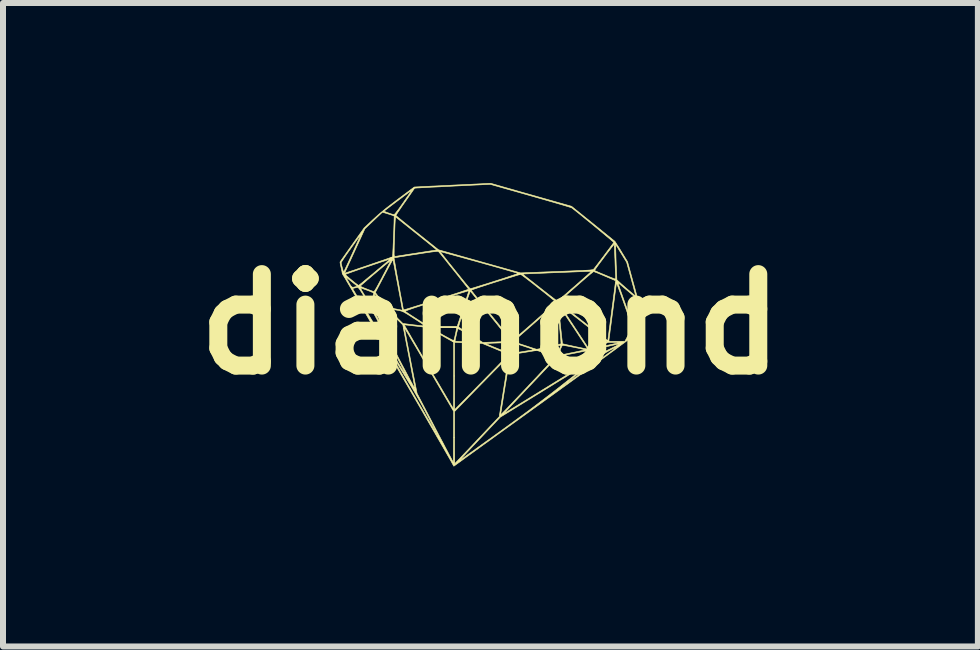
<source format=kicad_pcb>
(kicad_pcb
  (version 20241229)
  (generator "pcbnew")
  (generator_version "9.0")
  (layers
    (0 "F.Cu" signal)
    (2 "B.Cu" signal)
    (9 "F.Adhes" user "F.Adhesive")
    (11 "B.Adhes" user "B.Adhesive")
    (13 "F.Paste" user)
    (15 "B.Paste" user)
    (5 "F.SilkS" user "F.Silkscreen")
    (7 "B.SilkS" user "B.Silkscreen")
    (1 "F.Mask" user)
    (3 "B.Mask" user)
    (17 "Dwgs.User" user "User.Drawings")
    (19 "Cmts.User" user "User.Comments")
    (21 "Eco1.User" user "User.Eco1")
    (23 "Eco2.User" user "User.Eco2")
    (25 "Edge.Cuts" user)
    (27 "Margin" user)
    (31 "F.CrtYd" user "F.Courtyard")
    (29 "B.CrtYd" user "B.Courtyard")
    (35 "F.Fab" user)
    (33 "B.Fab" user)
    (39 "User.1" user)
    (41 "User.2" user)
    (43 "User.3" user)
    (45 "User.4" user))
  (footprint "diamond"
    (layer "F.Cu")
    (at 5.124 2.353)
    (property "Reference" "diamond" (at 0 0 0) (layer "F.SilkS") (effects (font (size 1.524 1.524) (thickness 0.3))))
    (attr through_hole)
    (fp_poly (pts (xy 0.237 -2.281) (xy 0.29 -2.266) (xy 0.355 -2.248) (xy 0.431 -2.226) (xy 0.514 -2.202) (xy 0.603 -2.177) (xy 0.695 -2.151) (xy 0.787 -2.125) (xy 0.877 -2.099) (xy 0.91 -2.09) (xy 1.351 -1.965) (xy 1.707 -1.678) (xy 1.771 -1.626) (xy 1.833 -1.576) (xy 1.889 -1.53) (xy 1.94 -1.489) (xy 1.985 -1.453) (xy 2.021 -1.423) (xy 2.049 -1.401) (xy 2.067 -1.386) (xy 2.073 -1.381) (xy 2.08 -1.372) (xy 2.093 -1.351) (xy 2.112 -1.321) (xy 2.136 -1.284) (xy 2.163 -1.241) (xy 2.184 -1.206) (xy 2.285 -1.04) (xy 2.381 -0.689) (xy 2.404 -0.607) (xy 2.422 -0.538) (xy 2.438 -0.48) (xy 2.45 -0.432) (xy 2.461 -0.39) (xy 2.469 -0.355) (xy 2.475 -0.323) (xy 2.481 -0.292) (xy 2.485 -0.262) (xy 2.49 -0.229) (xy 2.494 -0.192) (xy 2.497 -0.168) (xy 2.517 0.001) (xy 2.41 0.122) (xy 2.377 0.159) (xy 2.346 0.195) (xy 2.32 0.225) (xy 2.299 0.249) (xy 2.288 0.264) (xy 2.286 0.265) (xy 2.279 0.272) (xy 2.259 0.287) (xy 2.228 0.311) (xy 2.185 0.342) (xy 2.133 0.381) (xy 2.071 0.427) (xy 1.999 0.479) (xy 1.919 0.538) (xy 1.831 0.602) (xy 1.735 0.671) (xy 1.633 0.746) (xy 1.524 0.825) (xy 1.409 0.908) (xy 1.289 0.995) (xy 1.164 1.085) (xy 1.036 1.178) (xy 0.904 1.273) (xy 0.842 1.318) (xy 0.708 1.414) (xy 0.578 1.508) (xy 0.452 1.599) (xy 0.33 1.687) (xy 0.213 1.771) (xy 0.101 1.852) (xy -0.004 1.928) (xy -0.103 1.999) (xy -0.194 2.065) (xy -0.278 2.126) (xy -0.353 2.18) (xy -0.42 2.228) (xy -0.477 2.27) (xy -0.524 2.304) (xy -0.56 2.33) (xy -0.585 2.348) (xy -0.598 2.358) (xy -0.6 2.359) (xy -0.611 2.366) (xy -0.614 2.363) (xy -0.617 2.355) (xy -0.629 2.335) (xy -0.647 2.302) (xy -0.671 2.259) (xy -0.702 2.205) (xy -0.739 2.141) (xy -0.78 2.069) (xy -0.827 1.988) (xy -0.878 1.9) (xy -0.932 1.805) (xy -0.991 1.704) (xy -1.052 1.598) (xy -1.116 1.487) (xy -1.182 1.373) (xy -1.193 1.354) (xy -1.267 1.227) (xy -1.343 1.096) (xy -1.42 0.963) (xy -1.498 0.829) (xy -1.575 0.695) (xy -1.651 0.563) (xy -1.726 0.435) (xy -1.798 0.31) (xy -1.866 0.192) (xy -1.879 0.17) (xy -1.857 0.17) (xy -1.85 0.182) (xy -1.839 0.202) (xy -1.834 0.211) (xy -1.821 0.233) (xy -1.802 0.267) (xy -1.777 0.31) (xy -1.746 0.363) (xy -1.711 0.425) (xy -1.671 0.494) (xy -1.627 0.569) (xy -1.581 0.649) (xy -1.531 0.734) (xy -1.48 0.822) (xy -1.428 0.913) (xy -1.375 1.005) (xy -1.322 1.097) (xy -1.269 1.188) (xy -1.217 1.278) (xy -1.167 1.365) (xy -1.118 1.448) (xy -1.073 1.526) (xy -1.031 1.598) (xy -0.993 1.664) (xy -0.959 1.722) (xy -0.931 1.771) (xy -0.908 1.81) (xy -0.892 1.839) (xy -0.882 1.855) (xy -0.88 1.858) (xy -0.873 1.864) (xy -0.873 1.864) (xy -0.875 1.858) (xy -0.883 1.841) (xy -0.895 1.816) (xy -0.907 1.792) (xy -0.92 1.769) (xy -0.939 1.733) (xy -0.962 1.688) (xy -0.99 1.636) (xy -1.02 1.578) (xy -1.052 1.518) (xy -1.08 1.464) (xy -1.109 1.409) (xy -1.138 1.354) (xy -1.168 1.3) (xy -1.2 1.244) (xy -1.234 1.185) (xy -1.271 1.121) (xy -1.312 1.051) (xy -1.359 0.974) (xy -1.411 0.888) (xy -1.47 0.792) (xy -1.529 0.695) (xy -1.596 0.586) (xy -1.654 0.491) (xy -1.705 0.408) (xy -1.749 0.338) (xy -1.785 0.28) (xy -1.813 0.234) (xy -1.835 0.201) (xy -1.849 0.179) (xy -1.856 0.169) (xy -1.857 0.17) (xy -1.879 0.17) (xy -1.93 0.082) (xy -1.989 -0.02) (xy -2.042 -0.111) (xy -2.088 -0.191) (xy -2.099 -0.21) (xy -2.149 -0.296) (xy -2.198 -0.38) (xy -2.244 -0.459) (xy -2.286 -0.532) (xy -2.322 -0.594) (xy -2.298 -0.594) (xy -2.294 -0.587) (xy -2.283 -0.568) (xy -2.265 -0.538) (xy -2.241 -0.498) (xy -2.211 -0.448) (xy -2.175 -0.391) (xy -2.136 -0.326) (xy -2.093 -0.255) (xy -2.046 -0.18) (xy -1.997 -0.1) (xy -1.946 -0.017) (xy -1.894 0.068) (xy -1.841 0.154) (xy -1.788 0.24) (xy -1.736 0.325) (xy -1.685 0.408) (xy -1.635 0.488) (xy -1.588 0.563) (xy -1.545 0.634) (xy -1.505 0.699) (xy -1.469 0.756) (xy -1.438 0.805) (xy -1.413 0.846) (xy -1.394 0.876) (xy -1.382 0.894) (xy -1.377 0.901) (xy -1.377 0.901) (xy -1.379 0.895) (xy -1.387 0.878) (xy -1.399 0.854) (xy -1.404 0.845) (xy -1.413 0.829) (xy -1.428 0.8) (xy -1.449 0.761) (xy -1.475 0.711) (xy -1.506 0.652) (xy -1.541 0.585) (xy -1.579 0.512) (xy -1.621 0.433) (xy -1.664 0.35) (xy -1.709 0.264) (xy -1.713 0.256) (xy -1.78 0.129) (xy -1.843 0.011) (xy -1.902 -0.099) (xy -1.957 -0.2) (xy -2.004 -0.284) (xy -1.971 -0.284) (xy -1.968 -0.277) (xy -1.958 -0.257) (xy -1.942 -0.225) (xy -1.92 -0.182) (xy -1.893 -0.129) (xy -1.861 -0.067) (xy -1.825 0.003) (xy -1.785 0.08) (xy -1.741 0.164) (xy -1.695 0.253) (xy -1.646 0.346) (xy -1.618 0.399) (xy -1.568 0.494) (xy -1.52 0.586) (xy -1.475 0.672) (xy -1.432 0.752) (xy -1.393 0.826) (xy -1.358 0.892) (xy -1.328 0.949) (xy -1.302 0.997) (xy -1.282 1.034) (xy -1.268 1.06) (xy -1.261 1.074) (xy -1.259 1.076) (xy -1.26 1.068) (xy -1.264 1.046) (xy -1.27 1.011) (xy -1.279 0.965) (xy -1.289 0.908) (xy -1.302 0.843) (xy -1.316 0.769) (xy -1.331 0.689) (xy -1.347 0.603) (xy -1.359 0.542) (xy -1.45 0.071) (xy -1.432 0.071) (xy -1.431 0.079) (xy -1.427 0.101) (xy -1.421 0.135) (xy -1.412 0.182) (xy -1.401 0.238) (xy -1.389 0.304) (xy -1.374 0.378) (xy -1.359 0.458) (xy -1.342 0.544) (xy -1.329 0.614) (xy -1.223 1.153) (xy -0.948 1.678) (xy -0.904 1.763) (xy -0.861 1.845) (xy -0.82 1.923) (xy -0.781 1.996) (xy -0.747 2.062) (xy -0.716 2.12) (xy -0.69 2.17) (xy -0.669 2.209) (xy -0.654 2.237) (xy -0.646 2.252) (xy -0.646 2.253) (xy -0.618 2.303) (xy -0.616 1.878) (xy -0.614 1.455) (xy -0.598 1.455) (xy -0.598 1.889) (xy -0.598 1.969) (xy -0.598 2.045) (xy -0.598 2.114) (xy -0.597 2.176) (xy -0.597 2.229) (xy -0.596 2.271) (xy -0.596 2.302) (xy -0.595 2.319) (xy -0.595 2.323) (xy -0.589 2.317) (xy -0.574 2.301) (xy -0.55 2.276) (xy -0.534 2.26) (xy -0.502 2.26) (xy -0.502 2.262) (xy -0.499 2.26) (xy -0.495 2.258) (xy -0.486 2.252) (xy -0.465 2.237) (xy -0.433 2.214) (xy -0.392 2.184) (xy -0.341 2.148) (xy -0.282 2.106) (xy -0.216 2.058) (xy -0.144 2.006) (xy -0.066 1.95) (xy 0.017 1.891) (xy 0.103 1.829) (xy 0.142 1.801) (xy 0.262 1.714) (xy 0.372 1.634) (xy 0.472 1.561) (xy 0.565 1.493) (xy 0.652 1.429) (xy 0.735 1.367) (xy 0.815 1.306) (xy 0.895 1.245) (xy 0.976 1.183) (xy 1.06 1.118) (xy 1.149 1.049) (xy 1.169 1.033) (xy 1.202 1.033) (xy 1.203 1.033) (xy 1.205 1.032) (xy 1.211 1.028) (xy 1.222 1.021) (xy 1.237 1.01) (xy 1.257 0.995) (xy 1.285 0.976) (xy 1.319 0.951) (xy 1.362 0.92) (xy 1.414 0.883) (xy 1.476 0.838) (xy 1.548 0.786) (xy 1.632 0.726) (xy 1.668 0.7) (xy 1.742 0.647) (xy 1.812 0.596) (xy 1.877 0.549) (xy 1.936 0.506) (xy 1.988 0.468) (xy 2.033 0.436) (xy 2.068 0.41) (xy 2.094 0.39) (xy 2.109 0.379) (xy 2.113 0.376) (xy 2.106 0.378) (xy 2.088 0.386) (xy 2.061 0.399) (xy 2.027 0.416) (xy 2.006 0.426) (xy 1.982 0.438) (xy 1.961 0.45) (xy 1.94 0.462) (xy 1.918 0.475) (xy 1.895 0.491) (xy 1.868 0.509) (xy 1.837 0.532) (xy 1.801 0.559) (xy 1.757 0.593) (xy 1.706 0.633) (xy 1.645 0.681) (xy 1.573 0.737) (xy 1.557 0.749) (xy 1.494 0.8) (xy 1.434 0.847) (xy 1.378 0.891) (xy 1.329 0.93) (xy 1.286 0.964) (xy 1.252 0.992) (xy 1.227 1.012) (xy 1.212 1.024) (xy 1.208 1.028) (xy 1.206 1.03) (xy 1.204 1.032) (xy 1.202 1.033) (xy 1.169 1.033) (xy 1.231 0.984) (xy 1.306 0.925) (xy 1.378 0.869) (xy 1.446 0.815) (xy 1.508 0.766) (xy 1.564 0.722) (xy 1.613 0.683) (xy 1.653 0.651) (xy 1.685 0.626) (xy 1.706 0.609) (xy 1.716 0.6) (xy 1.717 0.6) (xy 1.719 0.597) (xy 1.722 0.595) (xy 1.724 0.593) (xy 1.726 0.591) (xy 1.725 0.591) (xy 1.723 0.592) (xy 1.717 0.595) (xy 1.708 0.601) (xy 1.694 0.609) (xy 1.675 0.62) (xy 1.65 0.635) (xy 1.619 0.655) (xy 1.58 0.678) (xy 1.534 0.706) (xy 1.48 0.74) (xy 1.416 0.779) (xy 1.343 0.824) (xy 1.259 0.876) (xy 1.163 0.934) (xy 1.056 1) (xy 0.937 1.074) (xy 0.927 1.08) (xy 0.164 1.549) (xy -0.126 1.856) (xy -0.201 1.935) (xy -0.265 2.003) (xy -0.321 2.062) (xy -0.367 2.111) (xy -0.405 2.152) (xy -0.436 2.185) (xy -0.461 2.211) (xy -0.478 2.231) (xy -0.491 2.246) (xy -0.499 2.255) (xy -0.502 2.26) (xy -0.534 2.26) (xy -0.517 2.243) (xy -0.479 2.202) (xy -0.434 2.154) (xy -0.384 2.102) (xy -0.329 2.044) (xy -0.275 1.987) (xy -0.216 1.924) (xy -0.159 1.864) (xy -0.104 1.806) (xy -0.054 1.753) (xy -0.009 1.705) (xy 0.029 1.665) (xy 0.061 1.632) (xy 0.083 1.608) (xy 0.094 1.596) (xy 0.146 1.542) (xy 0.152 1.503) (xy 0.171 1.503) (xy 0.171 1.505) (xy 0.173 1.504) (xy 0.177 1.502) (xy 0.184 1.496) (xy 0.194 1.486) (xy 0.196 1.485) (xy 0.229 1.485) (xy 0.23 1.485) (xy 0.233 1.484) (xy 0.238 1.481) (xy 0.247 1.476) (xy 0.26 1.468) (xy 0.277 1.457) (xy 0.3 1.443) (xy 0.33 1.425) (xy 0.366 1.403) (xy 0.409 1.377) (xy 0.461 1.345) (xy 0.521 1.308) (xy 0.591 1.265) (xy 0.671 1.216) (xy 0.762 1.16) (xy 0.865 1.096) (xy 0.979 1.026) (xy 1.037 0.99) (xy 1.159 0.915) (xy 1.268 0.848) (xy 1.366 0.788) (xy 1.452 0.735) (xy 1.528 0.688) (xy 1.593 0.648) (xy 1.65 0.613) (xy 1.698 0.583) (xy 1.739 0.558) (xy 1.772 0.537) (xy 1.799 0.521) (xy 1.82 0.507) (xy 1.836 0.497) (xy 1.848 0.49) (xy 1.856 0.485) (xy 1.86 0.481) (xy 1.863 0.479) (xy 1.863 0.478) (xy 1.863 0.478) (xy 1.863 0.477) (xy 1.862 0.477) (xy 1.854 0.475) (xy 1.834 0.471) (xy 1.804 0.465) (xy 1.766 0.458) (xy 1.752 0.455) (xy 1.644 0.435) (xy 1.117 0.54) (xy 0.675 1.008) (xy 0.607 1.079) (xy 0.543 1.148) (xy 0.482 1.212) (xy 0.426 1.272) (xy 0.376 1.325) (xy 0.332 1.372) (xy 0.295 1.412) (xy 0.266 1.443) (xy 0.246 1.466) (xy 0.235 1.478) (xy 0.233 1.48) (xy 0.232 1.481) (xy 0.231 1.483) (xy 0.23 1.484) (xy 0.229 1.485) (xy 0.196 1.485) (xy 0.208 1.472) (xy 0.227 1.453) (xy 0.251 1.428) (xy 0.281 1.397) (xy 0.318 1.358) (xy 0.362 1.312) (xy 0.414 1.257) (xy 0.475 1.193) (xy 0.545 1.119) (xy 0.625 1.035) (xy 0.64 1.018) (xy 0.708 0.946) (xy 0.773 0.878) (xy 0.833 0.813) (xy 0.889 0.753) (xy 0.94 0.699) (xy 0.984 0.651) (xy 1.021 0.611) (xy 1.05 0.579) (xy 1.071 0.556) (xy 1.082 0.543) (xy 1.084 0.541) (xy 1.076 0.536) (xy 1.057 0.528) (xy 1.026 0.517) (xy 0.988 0.504) (xy 0.943 0.49) (xy 0.928 0.485) (xy 0.772 0.437) (xy 0.555 0.472) (xy 0.499 0.481) (xy 0.448 0.489) (xy 0.403 0.497) (xy 0.368 0.504) (xy 0.344 0.508) (xy 0.333 0.511) (xy 0.332 0.511) (xy 0.331 0.519) (xy 0.327 0.541) (xy 0.321 0.575) (xy 0.313 0.62) (xy 0.304 0.674) (xy 0.294 0.735) (xy 0.283 0.802) (xy 0.271 0.874) (xy 0.259 0.948) (xy 0.246 1.024) (xy 0.234 1.099) (xy 0.222 1.172) (xy 0.211 1.242) (xy 0.201 1.307) (xy 0.191 1.365) (xy 0.184 1.415) (xy 0.177 1.456) (xy 0.173 1.485) (xy 0.171 1.501) (xy 0.171 1.503) (xy 0.152 1.503) (xy 0.225 1.046) (xy 0.239 0.96) (xy 0.252 0.879) (xy 0.263 0.803) (xy 0.274 0.735) (xy 0.283 0.675) (xy 0.291 0.624) (xy 0.296 0.585) (xy 0.3 0.558) (xy 0.301 0.544) (xy 0.301 0.543) (xy 0.296 0.547) (xy 0.28 0.562) (xy 0.255 0.586) (xy 0.222 0.619) (xy 0.181 0.66) (xy 0.133 0.708) (xy 0.079 0.762) (xy 0.02 0.822) (xy -0.043 0.886) (xy -0.11 0.955) (xy -0.15 0.995) (xy -0.598 1.455) (xy -0.614 1.455) (xy -0.614 1.453) (xy -1.019 0.763) (xy -1.085 0.651) (xy -1.143 0.552) (xy -1.194 0.464) (xy -1.239 0.388) (xy -1.278 0.322) (xy -1.311 0.266) (xy -1.339 0.218) (xy -1.362 0.179) (xy -1.381 0.147) (xy -1.396 0.122) (xy -1.408 0.103) (xy -1.417 0.088) (xy -1.423 0.079) (xy -1.427 0.073) (xy -1.429 0.069) (xy -1.431 0.068) (xy -1.431 0.069) (xy -1.431 0.07) (xy -1.432 0.071) (xy -1.45 0.071) (xy -1.461 0.012) (xy -1.436 0.012) (xy -1.433 0.019) (xy -1.422 0.038) (xy -1.404 0.069) (xy -1.38 0.111) (xy -1.35 0.162) (xy -1.316 0.222) (xy -1.276 0.29) (xy -1.232 0.365) (xy -1.185 0.447) (xy -1.134 0.533) (xy -1.081 0.623) (xy -1.056 0.665) (xy -1.002 0.758) (xy -0.949 0.848) (xy -0.898 0.934) (xy -0.85 1.015) (xy -0.806 1.09) (xy -0.766 1.158) (xy -0.731 1.218) (xy -0.701 1.269) (xy -0.677 1.31) (xy -0.66 1.339) (xy -0.649 1.357) (xy -0.647 1.36) (xy -0.633 1.383) (xy -0.623 1.4) (xy -0.617 1.406) (xy -0.617 1.406) (xy -0.617 1.398) (xy -0.616 1.377) (xy -0.616 1.342) (xy -0.615 1.295) (xy -0.615 1.237) (xy -0.614 1.171) (xy -0.614 1.096) (xy -0.614 1.014) (xy -0.614 0.926) (xy -0.614 0.852) (xy -0.614 0.301) (xy -0.598 0.301) (xy -0.598 0.863) (xy -0.598 1.425) (xy -0.421 1.246) (xy -0.378 1.202) (xy -0.326 1.15) (xy -0.268 1.09) (xy -0.205 1.026) (xy -0.139 0.959) (xy -0.074 0.892) (xy -0.01 0.827) (xy 0.03 0.786) (xy 0.092 0.723) (xy 0.144 0.669) (xy 0.187 0.624) (xy 0.221 0.588) (xy 0.248 0.56) (xy 0.267 0.538) (xy 0.281 0.522) (xy 0.288 0.511) (xy 0.292 0.503) (xy 0.291 0.499) (xy 0.29 0.499) (xy 0.279 0.494) (xy 0.256 0.484) (xy 0.223 0.47) (xy 0.181 0.452) (xy 0.132 0.432) (xy 0.079 0.41) (xy 0.07 0.406) (xy -0.128 0.324) (xy -0.075 0.324) (xy -0.066 0.329) (xy -0.044 0.338) (xy -0.013 0.352) (xy 0.025 0.368) (xy 0.069 0.386) (xy 0.116 0.405) (xy 0.163 0.424) (xy 0.209 0.443) (xy 0.25 0.459) (xy 0.285 0.472) (xy 0.312 0.482) (xy 0.327 0.487) (xy 0.33 0.488) (xy 0.342 0.486) (xy 0.367 0.483) (xy 0.402 0.478) (xy 0.446 0.471) (xy 0.496 0.463) (xy 0.531 0.458) (xy 0.583 0.449) (xy 0.629 0.442) (xy 0.668 0.435) (xy 0.698 0.43) (xy 0.7 0.429) (xy 0.819 0.429) (xy 0.825 0.432) (xy 0.843 0.439) (xy 0.871 0.448) (xy 0.905 0.46) (xy 0.943 0.472) (xy 0.982 0.485) (xy 1.02 0.497) (xy 1.053 0.507) (xy 1.079 0.515) (xy 1.096 0.519) (xy 1.099 0.52) (xy 1.102 0.516) (xy 1.131 0.516) (xy 1.132 0.52) (xy 1.141 0.518) (xy 1.163 0.514) (xy 1.196 0.507) (xy 1.239 0.499) (xy 1.289 0.489) (xy 1.345 0.477) (xy 1.359 0.475) (xy 1.415 0.463) (xy 1.465 0.452) (xy 1.507 0.443) (xy 1.539 0.435) (xy 1.561 0.429) (xy 1.564 0.427) (xy 1.709 0.427) (xy 1.723 0.431) (xy 1.748 0.436) (xy 1.78 0.442) (xy 1.814 0.448) (xy 1.845 0.453) (xy 1.869 0.456) (xy 1.88 0.457) (xy 1.896 0.454) (xy 1.92 0.446) (xy 1.954 0.432) (xy 1.999 0.41) (xy 2.035 0.392) (xy 2.075 0.372) (xy 2.108 0.354) (xy 2.133 0.34) (xy 2.148 0.331) (xy 2.152 0.327) (xy 2.152 0.327) (xy 2.142 0.329) (xy 2.119 0.333) (xy 2.087 0.34) (xy 2.047 0.349) (xy 2.001 0.359) (xy 1.953 0.37) (xy 1.903 0.381) (xy 1.854 0.392) (xy 1.809 0.403) (xy 1.77 0.412) (xy 1.739 0.419) (xy 1.717 0.425) (xy 1.709 0.427) (xy 1.709 0.427) (xy 1.564 0.427) (xy 1.569 0.425) (xy 1.569 0.425) (xy 1.555 0.421) (xy 1.53 0.415) (xy 1.495 0.407) (xy 1.454 0.398) (xy 1.408 0.389) (xy 1.362 0.38) (xy 1.317 0.371) (xy 1.276 0.363) (xy 1.241 0.357) (xy 1.216 0.353) (xy 1.203 0.352) (xy 1.201 0.352) (xy 1.193 0.361) (xy 1.183 0.38) (xy 1.175 0.397) (xy 1.162 0.43) (xy 1.148 0.466) (xy 1.143 0.48) (xy 1.135 0.502) (xy 1.131 0.516) (xy 1.102 0.516) (xy 1.105 0.513) (xy 1.115 0.495) (xy 1.128 0.468) (xy 1.14 0.438) (xy 1.153 0.405) (xy 1.163 0.378) (xy 1.17 0.359) (xy 1.171 0.353) (xy 1.163 0.353) (xy 1.142 0.357) (xy 1.112 0.363) (xy 1.074 0.371) (xy 1.032 0.38) (xy 0.987 0.39) (xy 0.943 0.399) (xy 0.902 0.409) (xy 0.866 0.417) (xy 0.839 0.423) (xy 0.822 0.428) (xy 0.819 0.429) (xy 0.7 0.429) (xy 0.715 0.426) (xy 0.72 0.425) (xy 0.714 0.421) (xy 0.695 0.414) (xy 0.665 0.403) (xy 0.626 0.39) (xy 0.581 0.375) (xy 0.542 0.362) (xy 0.361 0.303) (xy 0.284 0.307) (xy 0.249 0.308) (xy 0.204 0.31) (xy 0.152 0.312) (xy 0.098 0.314) (xy 0.064 0.315) (xy 0.019 0.317) (xy -0.02 0.319) (xy -0.05 0.321) (xy -0.069 0.322) (xy -0.075 0.324) (xy -0.128 0.324) (xy -0.136 0.32) (xy -0.284 0.315) (xy -0.337 0.313) (xy -0.392 0.311) (xy -0.445 0.309) (xy -0.489 0.307) (xy -0.515 0.306) (xy -0.598 0.301) (xy -0.614 0.301) (xy -0.614 0.299) (xy -0.648 0.28) (xy -0.59 0.28) (xy -0.59 0.283) (xy -0.581 0.284) (xy -0.56 0.286) (xy -0.528 0.288) (xy -0.488 0.291) (xy -0.442 0.293) (xy -0.394 0.295) (xy -0.345 0.297) (xy -0.297 0.299) (xy -0.254 0.3) (xy -0.217 0.301) (xy -0.19 0.301) (xy -0.174 0.3) (xy -0.171 0.3) (xy -0.177 0.295) (xy -0.195 0.283) (xy -0.223 0.265) (xy -0.259 0.242) (xy -0.301 0.215) (xy -0.348 0.186) (xy -0.354 0.182) (xy -0.415 0.144) (xy -0.463 0.115) (xy -0.499 0.095) (xy -0.524 0.082) (xy -0.539 0.076) (xy -0.543 0.077) (xy -0.547 0.088) (xy -0.553 0.11) (xy -0.561 0.139) (xy -0.568 0.173) (xy -0.576 0.207) (xy -0.583 0.238) (xy -0.588 0.264) (xy -0.59 0.28) (xy -0.648 0.28) (xy -0.83 0.177) (xy -1.041 0.058) (xy -1.005 0.058) (xy -0.811 0.168) (xy -0.762 0.196) (xy -0.716 0.221) (xy -0.677 0.242) (xy -0.645 0.258) (xy -0.624 0.269) (xy -0.613 0.273) (xy -0.613 0.273) (xy -0.609 0.264) (xy -0.603 0.243) (xy -0.595 0.212) (xy -0.586 0.176) (xy -0.584 0.167) (xy -0.576 0.129) (xy -0.57 0.097) (xy -0.567 0.073) (xy -0.566 0.061) (xy -0.567 0.06) (xy -0.575 0.059) (xy -0.598 0.057) (xy -0.632 0.057) (xy -0.675 0.056) (xy -0.726 0.056) (xy -0.782 0.056) (xy -0.789 0.056) (xy -1.005 0.058) (xy -1.041 0.058) (xy -1.047 0.055) (xy -1.132 0.045) (xy -0.53 0.045) (xy -0.53 0.048) (xy -0.522 0.054) (xy -0.502 0.067) (xy -0.473 0.086) (xy -0.435 0.11) (xy -0.391 0.138) (xy -0.343 0.169) (xy -0.325 0.18) (xy -0.128 0.304) (xy 0.008 0.299) (xy 0.061 0.298) (xy 0.119 0.295) (xy 0.174 0.293) (xy 0.221 0.291) (xy 0.226 0.291) (xy 0.377 0.291) (xy 0.571 0.354) (xy 0.623 0.371) (xy 0.67 0.387) (xy 0.71 0.4) (xy 0.742 0.41) (xy 0.762 0.416) (xy 0.769 0.419) (xy 0.777 0.417) (xy 0.799 0.413) (xy 0.831 0.406) (xy 0.873 0.397) (xy 0.921 0.387) (xy 0.971 0.376) (xy 1.024 0.364) (xy 1.073 0.352) (xy 1.114 0.342) (xy 1.147 0.334) (xy 1.168 0.329) (xy 1.175 0.326) (xy 1.176 0.318) (xy 1.174 0.296) (xy 1.172 0.263) (xy 1.168 0.22) (xy 1.163 0.169) (xy 1.158 0.112) (xy 1.152 0.052) (xy 1.145 -0.01) (xy 1.139 -0.072) (xy 1.132 -0.132) (xy 1.126 -0.188) (xy 1.121 -0.238) (xy 1.116 -0.28) (xy 1.111 -0.313) (xy 1.111 -0.318) (xy 1.134 -0.318) (xy 1.134 -0.311) (xy 1.135 -0.29) (xy 1.138 -0.258) (xy 1.142 -0.216) (xy 1.147 -0.166) (xy 1.153 -0.111) (xy 1.159 -0.052) (xy 1.165 0.009) (xy 1.171 0.07) (xy 1.178 0.128) (xy 1.183 0.183) (xy 1.189 0.231) (xy 1.194 0.271) (xy 1.197 0.302) (xy 1.2 0.321) (xy 1.201 0.326) (xy 1.209 0.328) (xy 1.23 0.333) (xy 1.261 0.34) (xy 1.3 0.349) (xy 1.345 0.358) (xy 1.392 0.369) (xy 1.44 0.379) (xy 1.486 0.388) (xy 1.528 0.397) (xy 1.562 0.404) (xy 1.588 0.409) (xy 1.602 0.411) (xy 1.603 0.411) (xy 1.613 0.409) (xy 1.614 0.405) (xy 1.609 0.397) (xy 1.597 0.377) (xy 1.578 0.347) (xy 1.553 0.309) (xy 1.523 0.264) (xy 1.489 0.213) (xy 1.453 0.158) (xy 1.415 0.1) (xy 1.376 0.041) (xy 1.336 -0.018) (xy 1.298 -0.075) (xy 1.262 -0.13) (xy 1.228 -0.18) (xy 1.198 -0.225) (xy 1.172 -0.263) (xy 1.153 -0.292) (xy 1.141 -0.309) (xy 1.171 -0.309) (xy 1.172 -0.306) (xy 1.176 -0.298) (xy 1.183 -0.286) (xy 1.194 -0.268) (xy 1.209 -0.244) (xy 1.229 -0.213) (xy 1.255 -0.173) (xy 1.287 -0.125) (xy 1.325 -0.067) (xy 1.371 0.002) (xy 1.424 0.083) (xy 1.463 0.142) (xy 1.646 0.419) (xy 1.711 0.391) (xy 1.719 0.388) (xy 1.776 0.388) (xy 1.777 0.388) (xy 1.787 0.387) (xy 1.81 0.382) (xy 1.844 0.375) (xy 1.886 0.366) (xy 1.934 0.356) (xy 1.963 0.349) (xy 2.013 0.338) (xy 2.058 0.328) (xy 2.096 0.319) (xy 2.124 0.312) (xy 2.14 0.308) (xy 2.143 0.306) (xy 2.137 0.305) (xy 2.119 0.304) (xy 2.09 0.303) (xy 2.055 0.303) (xy 2.054 0.303) (xy 1.961 0.303) (xy 1.864 0.346) (xy 1.83 0.361) (xy 1.802 0.374) (xy 1.784 0.383) (xy 1.776 0.388) (xy 1.719 0.388) (xy 1.746 0.376) (xy 1.789 0.358) (xy 1.833 0.339) (xy 1.859 0.328) (xy 1.896 0.312) (xy 1.92 0.301) (xy 1.932 0.293) (xy 1.935 0.287) (xy 1.933 0.284) (xy 1.926 0.279) (xy 1.973 0.279) (xy 1.978 0.282) (xy 1.996 0.285) (xy 2.026 0.286) (xy 2.069 0.286) (xy 2.107 0.286) (xy 2.241 0.284) (xy 2.277 0.216) (xy 2.299 0.216) (xy 2.301 0.218) (xy 2.303 0.216) (xy 2.309 0.21) (xy 2.324 0.193) (xy 2.345 0.169) (xy 2.371 0.14) (xy 2.388 0.12) (xy 2.415 0.089) (xy 2.438 0.061) (xy 2.456 0.04) (xy 2.465 0.028) (xy 2.467 0.025) (xy 2.458 0.026) (xy 2.44 0.031) (xy 2.424 0.036) (xy 2.406 0.043) (xy 2.393 0.05) (xy 2.382 0.061) (xy 2.37 0.078) (xy 2.355 0.104) (xy 2.342 0.129) (xy 2.319 0.171) (xy 2.305 0.2) (xy 2.299 0.216) (xy 2.277 0.216) (xy 2.3 0.171) (xy 2.321 0.132) (xy 2.338 0.097) (xy 2.351 0.07) (xy 2.359 0.051) (xy 2.361 0.045) (xy 2.358 0.036) (xy 2.351 0.013) (xy 2.34 -0.02) (xy 2.325 -0.063) (xy 2.308 -0.113) (xy 2.288 -0.169) (xy 2.267 -0.229) (xy 2.245 -0.292) (xy 2.222 -0.356) (xy 2.2 -0.418) (xy 2.179 -0.477) (xy 2.159 -0.532) (xy 2.141 -0.58) (xy 2.126 -0.621) (xy 2.115 -0.651) (xy 2.107 -0.67) (xy 2.105 -0.676) (xy 2.099 -0.682) (xy 2.097 -0.677) (xy 2.096 -0.668) (xy 2.094 -0.645) (xy 2.089 -0.609) (xy 2.083 -0.561) (xy 2.075 -0.504) (xy 2.067 -0.438) (xy 2.057 -0.365) (xy 2.047 -0.286) (xy 2.036 -0.202) (xy 2.035 -0.199) (xy 2.024 -0.115) (xy 2.014 -0.036) (xy 2.004 0.038) (xy 1.995 0.104) (xy 1.988 0.161) (xy 1.982 0.209) (xy 1.977 0.245) (xy 1.974 0.269) (xy 1.973 0.279) (xy 1.973 0.279) (xy 1.926 0.279) (xy 1.925 0.278) (xy 1.906 0.263) (xy 1.877 0.24) (xy 1.839 0.21) (xy 1.793 0.174) (xy 1.74 0.133) (xy 1.682 0.087) (xy 1.619 0.038) (xy 1.552 -0.014) (xy 1.551 -0.016) (xy 1.484 -0.068) (xy 1.421 -0.117) (xy 1.363 -0.162) (xy 1.311 -0.203) (xy 1.265 -0.238) (xy 1.227 -0.268) (xy 1.199 -0.29) (xy 1.18 -0.304) (xy 1.172 -0.31) (xy 1.172 -0.31) (xy 1.171 -0.309) (xy 1.141 -0.309) (xy 1.14 -0.311) (xy 1.134 -0.318) (xy 1.134 -0.318) (xy 1.111 -0.318) (xy 1.108 -0.334) (xy 1.106 -0.341) (xy 1.099 -0.339) (xy 1.089 -0.333) (xy 1.081 -0.325) (xy 1.062 -0.309) (xy 1.034 -0.284) (xy 0.997 -0.252) (xy 0.953 -0.213) (xy 0.902 -0.169) (xy 0.846 -0.12) (xy 0.786 -0.067) (xy 0.727 -0.015) (xy 0.377 0.291) (xy 0.226 0.291) (xy 0.239 0.29) (xy 0.275 0.288) (xy 0.305 0.285) (xy 0.325 0.282) (xy 0.332 0.279) (xy 0.332 0.279) (xy 0.327 0.272) (xy 0.313 0.254) (xy 0.291 0.227) (xy 0.263 0.191) (xy 0.228 0.147) (xy 0.189 0.098) (xy 0.145 0.044) (xy 0.099 -0.014) (xy 0.05 -0.074) (xy 0.001 -0.135) (xy -0.048 -0.197) (xy -0.097 -0.257) (xy -0.144 -0.314) (xy -0.187 -0.368) (xy -0.227 -0.417) (xy -0.262 -0.46) (xy -0.291 -0.496) (xy -0.314 -0.524) (xy -0.329 -0.541) (xy -0.335 -0.548) (xy -0.335 -0.548) (xy -0.339 -0.542) (xy -0.347 -0.523) (xy -0.358 -0.493) (xy -0.372 -0.454) (xy -0.388 -0.407) (xy -0.406 -0.355) (xy -0.424 -0.3) (xy -0.443 -0.243) (xy -0.462 -0.186) (xy -0.479 -0.131) (xy -0.495 -0.081) (xy -0.509 -0.036) (xy -0.52 0.001) (xy -0.527 0.029) (xy -0.53 0.045) (xy -1.132 0.045) (xy -1.24 0.032) (xy -1.293 0.026) (xy -1.341 0.02) (xy -1.381 0.016) (xy -1.411 0.013) (xy -1.431 0.012) (xy -1.436 0.012) (xy -1.461 0.012) (xy -1.461 0.012) (xy -1.605 -0.129) (xy -1.741 -0.263) (xy -1.711 -0.263) (xy -1.586 -0.137) (xy -1.46 -0.012) (xy -1.295 0.009) (xy -1.232 0.016) (xy -1.182 0.022) (xy -1.145 0.026) (xy -1.119 0.029) (xy -1.102 0.03) (xy -1.093 0.029) (xy -1.09 0.027) (xy -1.091 0.024) (xy -1.092 0.024) (xy -1.1 0.018) (xy -1.12 0.005) (xy -1.149 -0.015) (xy -1.186 -0.039) (xy -1.229 -0.067) (xy -1.276 -0.097) (xy -1.28 -0.1) (xy -1.333 -0.134) (xy -1.375 -0.161) (xy -1.409 -0.181) (xy -1.435 -0.197) (xy -1.456 -0.207) (xy -1.471 -0.214) (xy -1.42 -0.214) (xy -1.42 -0.213) (xy -1.411 -0.207) (xy -1.391 -0.193) (xy -1.361 -0.173) (xy -1.323 -0.148) (xy -1.279 -0.12) (xy -1.231 -0.089) (xy -1.22 -0.082) (xy -1.031 0.039) (xy -0.555 0.039) (xy -0.457 -0.258) (xy -0.435 -0.323) (xy -0.416 -0.383) (xy -0.398 -0.436) (xy -0.384 -0.482) (xy -0.372 -0.518) (xy -0.364 -0.544) (xy -0.361 -0.556) (xy -0.361 -0.558) (xy -0.369 -0.556) (xy -0.39 -0.55) (xy -0.424 -0.539) (xy -0.469 -0.526) (xy -0.524 -0.509) (xy -0.588 -0.489) (xy -0.66 -0.466) (xy -0.738 -0.442) (xy -0.822 -0.415) (xy -0.897 -0.391) (xy -1.002 -0.358) (xy -1.093 -0.329) (xy -1.171 -0.304) (xy -1.237 -0.283) (xy -1.291 -0.265) (xy -1.334 -0.25) (xy -1.368 -0.238) (xy -1.392 -0.229) (xy -1.409 -0.222) (xy -1.418 -0.217) (xy -1.42 -0.214) (xy -1.471 -0.214) (xy -1.474 -0.215) (xy -1.491 -0.22) (xy -1.509 -0.225) (xy -1.529 -0.229) (xy -1.53 -0.229) (xy -1.57 -0.236) (xy -1.613 -0.244) (xy -1.65 -0.251) (xy -1.656 -0.252) (xy -1.711 -0.263) (xy -1.741 -0.263) (xy -1.748 -0.269) (xy -1.858 -0.279) (xy -1.897 -0.282) (xy -1.931 -0.284) (xy -1.956 -0.285) (xy -1.969 -0.285) (xy -1.971 -0.284) (xy -2.004 -0.284) (xy -2.008 -0.291) (xy -2.018 -0.31) (xy -1.98 -0.31) (xy -1.98 -0.307) (xy -1.971 -0.306) (xy -1.951 -0.303) (xy -1.922 -0.3) (xy -1.888 -0.297) (xy -1.851 -0.294) (xy -1.815 -0.291) (xy -1.785 -0.289) (xy -1.78 -0.289) (xy -1.761 -0.287) (xy -1.78 -0.313) (xy -1.792 -0.328) (xy -1.811 -0.353) (xy -1.834 -0.384) (xy -1.859 -0.418) (xy -1.862 -0.422) (xy -1.925 -0.506) (xy -1.941 -0.453) (xy -1.956 -0.401) (xy -1.967 -0.363) (xy -1.974 -0.336) (xy -1.978 -0.319) (xy -1.98 -0.31) (xy -2.018 -0.31) (xy -2.053 -0.372) (xy -2.094 -0.442) (xy -2.129 -0.501) (xy -2.159 -0.548) (xy -2.182 -0.583) (xy -2.199 -0.604) (xy -2.167 -0.604) (xy -2.165 -0.597) (xy -2.155 -0.579) (xy -2.14 -0.552) (xy -2.119 -0.517) (xy -2.095 -0.478) (xy -2.086 -0.464) (xy -2.061 -0.424) (xy -2.038 -0.388) (xy -2.018 -0.36) (xy -2.004 -0.341) (xy -1.997 -0.332) (xy -1.996 -0.332) (xy -1.992 -0.342) (xy -1.985 -0.363) (xy -1.976 -0.393) (xy -1.967 -0.427) (xy -1.958 -0.462) (xy -1.951 -0.492) (xy -1.948 -0.513) (xy -1.948 -0.522) (xy -1.957 -0.527) (xy -1.96 -0.528) (xy -1.919 -0.528) (xy -1.827 -0.406) (xy -1.735 -0.284) (xy -1.608 -0.26) (xy -1.558 -0.25) (xy -1.522 -0.243) (xy -1.497 -0.238) (xy -1.481 -0.235) (xy -1.472 -0.234) (xy -1.468 -0.234) (xy -1.468 -0.235) (xy -1.468 -0.237) (xy -1.468 -0.237) (xy -1.469 -0.246) (xy -1.473 -0.269) (xy -1.48 -0.303) (xy -1.488 -0.347) (xy -1.497 -0.4) (xy -1.508 -0.459) (xy -1.52 -0.524) (xy -1.533 -0.591) (xy -1.546 -0.661) (xy -1.559 -0.73) (xy -1.572 -0.797) (xy -1.584 -0.861) (xy -1.595 -0.92) (xy -1.605 -0.972) (xy -1.613 -1.015) (xy -1.62 -1.048) (xy -1.624 -1.069) (xy -1.626 -1.077) (xy -1.63 -1.071) (xy -1.641 -1.053) (xy -1.657 -1.024) (xy -1.678 -0.985) (xy -1.703 -0.938) (xy -1.731 -0.885) (xy -1.762 -0.826) (xy -1.774 -0.804) (xy -1.919 -0.528) (xy -1.96 -0.528) (xy -1.978 -0.535) (xy -2.006 -0.547) (xy -2.039 -0.56) (xy -2.074 -0.573) (xy -2.107 -0.585) (xy -2.136 -0.595) (xy -2.157 -0.602) (xy -2.167 -0.604) (xy -2.167 -0.604) (xy -2.199 -0.604) (xy -2.199 -0.605) (xy -2.21 -0.614) (xy -2.211 -0.614) (xy -2.224 -0.612) (xy -2.244 -0.608) (xy -2.267 -0.603) (xy -2.287 -0.598) (xy -2.297 -0.594) (xy -2.298 -0.594) (xy -2.322 -0.594) (xy -2.326 -0.6) (xy -2.361 -0.659) (xy -2.391 -0.71) (xy -2.415 -0.752) (xy -2.432 -0.781) (xy -2.406 -0.781) (xy -2.404 -0.774) (xy -2.395 -0.756) (xy -2.38 -0.73) (xy -2.362 -0.698) (xy -2.361 -0.696) (xy -2.34 -0.66) (xy -2.323 -0.635) (xy -2.31 -0.621) (xy -2.296 -0.615) (xy -2.279 -0.616) (xy -2.257 -0.622) (xy -2.249 -0.624) (xy -2.219 -0.633) (xy -2.219 -0.634) (xy -2.169 -0.634) (xy -2.162 -0.629) (xy -2.143 -0.62) (xy -2.116 -0.608) (xy -2.083 -0.595) (xy -2.048 -0.581) (xy -2.013 -0.568) (xy -1.982 -0.556) (xy -1.958 -0.548) (xy -1.943 -0.544) (xy -1.942 -0.544) (xy -1.935 -0.551) (xy -1.921 -0.572) (xy -1.901 -0.605) (xy -1.875 -0.652) (xy -1.843 -0.712) (xy -1.804 -0.784) (xy -1.796 -0.801) (xy -1.765 -0.859) (xy -1.737 -0.912) (xy -1.713 -0.96) (xy -1.692 -1) (xy -1.677 -1.031) (xy -1.667 -1.052) (xy -1.663 -1.06) (xy -1.663 -1.06) (xy -1.67 -1.056) (xy -1.687 -1.043) (xy -1.712 -1.023) (xy -1.745 -0.996) (xy -1.784 -0.964) (xy -1.827 -0.928) (xy -1.873 -0.89) (xy -1.92 -0.85) (xy -1.968 -0.81) (xy -2.013 -0.771) (xy -2.056 -0.735) (xy -2.093 -0.702) (xy -2.125 -0.675) (xy -2.15 -0.653) (xy -2.165 -0.639) (xy -2.169 -0.634) (xy -2.219 -0.634) (xy -2.311 -0.708) (xy -2.343 -0.734) (xy -2.371 -0.756) (xy -2.392 -0.771) (xy -2.404 -0.78) (xy -2.406 -0.781) (xy -2.432 -0.781) (xy -2.433 -0.782) (xy -2.445 -0.801) (xy -2.448 -0.806) (xy -2.462 -0.828) (xy -2.462 -0.83) (xy -2.42 -0.83) (xy -2.416 -0.824) (xy -2.401 -0.81) (xy -2.379 -0.79) (xy -2.352 -0.767) (xy -2.321 -0.741) (xy -2.29 -0.716) (xy -2.26 -0.691) (xy -2.233 -0.671) (xy -2.212 -0.655) (xy -2.199 -0.647) (xy -2.197 -0.647) (xy -2.189 -0.652) (xy -2.172 -0.666) (xy -2.144 -0.688) (xy -2.109 -0.717) (xy -2.067 -0.752) (xy -2.019 -0.792) (xy -1.966 -0.835) (xy -1.93 -0.866) (xy -1.876 -0.911) (xy -1.825 -0.953) (xy -1.78 -0.991) (xy -1.741 -1.024) (xy -1.71 -1.051) (xy -1.687 -1.071) (xy -1.675 -1.082) (xy -1.673 -1.085) (xy -1.68 -1.083) (xy -1.701 -1.077) (xy -1.733 -1.066) (xy -1.774 -1.052) (xy -1.824 -1.036) (xy -1.879 -1.017) (xy -1.939 -0.997) (xy -2.002 -0.975) (xy -2.066 -0.954) (xy -2.13 -0.932) (xy -2.192 -0.911) (xy -2.249 -0.891) (xy -2.301 -0.873) (xy -2.345 -0.857) (xy -2.381 -0.844) (xy -2.406 -0.835) (xy -2.419 -0.83) (xy -2.42 -0.83) (xy -2.462 -0.83) (xy -2.47 -0.849) (xy -2.47 -0.85) (xy -2.431 -0.85) (xy -2.428 -0.85) (xy -2.417 -0.853) (xy -2.398 -0.86) (xy -2.37 -0.869) (xy -2.332 -0.882) (xy -2.283 -0.898) (xy -2.224 -0.918) (xy -2.152 -0.943) (xy -2.068 -0.971) (xy -1.97 -1.005) (xy -1.923 -1.021) (xy -1.859 -1.043) (xy -1.8 -1.063) (xy -1.748 -1.081) (xy -1.703 -1.097) (xy -1.678 -1.106) (xy -1.607 -1.106) (xy -1.606 -1.098) (xy -1.603 -1.077) (xy -1.597 -1.043) (xy -1.589 -0.998) (xy -1.58 -0.944) (xy -1.569 -0.882) (xy -1.557 -0.814) (xy -1.543 -0.741) (xy -1.529 -0.665) (xy -1.515 -0.587) (xy -1.501 -0.508) (xy -1.486 -0.431) (xy -1.472 -0.356) (xy -1.459 -0.286) (xy -1.455 -0.261) (xy -1.449 -0.246) (xy -1.439 -0.242) (xy -1.43 -0.243) (xy -1.419 -0.246) (xy -1.395 -0.253) (xy -1.359 -0.264) (xy -1.311 -0.279) (xy -1.254 -0.297) (xy -1.188 -0.317) (xy -1.114 -0.34) (xy -1.035 -0.365) (xy -0.95 -0.392) (xy -0.887 -0.412) (xy -0.801 -0.44) (xy -0.719 -0.466) (xy -0.643 -0.491) (xy -0.573 -0.513) (xy -0.511 -0.533) (xy -0.459 -0.551) (xy -0.42 -0.564) (xy -0.32 -0.564) (xy -0.3 -0.539) (xy -0.274 -0.505) (xy -0.241 -0.464) (xy -0.203 -0.416) (xy -0.16 -0.363) (xy -0.114 -0.306) (xy -0.066 -0.246) (xy -0.016 -0.185) (xy 0.035 -0.122) (xy 0.085 -0.061) (xy 0.134 -0.001) (xy 0.181 0.056) (xy 0.224 0.109) (xy 0.264 0.157) (xy 0.298 0.198) (xy 0.326 0.232) (xy 0.348 0.257) (xy 0.361 0.272) (xy 0.365 0.276) (xy 0.372 0.27) (xy 0.39 0.255) (xy 0.417 0.231) (xy 0.453 0.2) (xy 0.496 0.162) (xy 0.546 0.119) (xy 0.602 0.07) (xy 0.662 0.018) (xy 0.725 -0.038) (xy 0.732 -0.044) (xy 0.795 -0.1) (xy 0.855 -0.153) (xy 0.911 -0.202) (xy 0.961 -0.247) (xy 1.004 -0.286) (xy 1.04 -0.318) (xy 1.067 -0.343) (xy 1.084 -0.36) (xy 1.089 -0.365) (xy 1.142 -0.365) (xy 1.143 -0.361) (xy 1.143 -0.36) (xy 1.152 -0.353) (xy 1.172 -0.337) (xy 1.201 -0.313) (xy 1.238 -0.284) (xy 1.283 -0.249) (xy 1.333 -0.209) (xy 1.388 -0.166) (xy 1.446 -0.121) (xy 1.506 -0.073) (xy 1.567 -0.026) (xy 1.628 0.022) (xy 1.687 0.068) (xy 1.743 0.111) (xy 1.795 0.152) (xy 1.841 0.188) (xy 1.881 0.219) (xy 1.913 0.243) (xy 1.937 0.261) (xy 1.949 0.27) (xy 1.952 0.272) (xy 1.957 0.266) (xy 1.957 0.263) (xy 1.958 0.254) (xy 1.961 0.231) (xy 1.966 0.195) (xy 1.972 0.148) (xy 1.979 0.091) (xy 1.988 0.026) (xy 1.997 -0.047) (xy 2.008 -0.126) (xy 2.019 -0.21) (xy 2.019 -0.212) (xy 2.03 -0.297) (xy 2.041 -0.376) (xy 2.05 -0.451) (xy 2.059 -0.518) (xy 2.067 -0.578) (xy 2.073 -0.627) (xy 2.078 -0.665) (xy 2.082 -0.69) (xy 2.124 -0.69) (xy 2.126 -0.682) (xy 2.133 -0.662) (xy 2.144 -0.63) (xy 2.158 -0.589) (xy 2.175 -0.54) (xy 2.195 -0.485) (xy 2.216 -0.426) (xy 2.238 -0.364) (xy 2.261 -0.301) (xy 2.283 -0.239) (xy 2.305 -0.179) (xy 2.325 -0.124) (xy 2.343 -0.074) (xy 2.359 -0.032) (xy 2.372 0.000367) (xy 2.38 0.022) (xy 2.384 0.031) (xy 2.384 0.031) (xy 2.393 0.029) (xy 2.413 0.022) (xy 2.439 0.013) (xy 2.444 0.011) (xy 2.472 0.000132) (xy 2.488 -0.008) (xy 2.496 -0.016) (xy 2.496 -0.026) (xy 2.496 -0.026) (xy 2.494 -0.039) (xy 2.491 -0.064) (xy 2.487 -0.1) (xy 2.482 -0.142) (xy 2.478 -0.183) (xy 2.472 -0.232) (xy 2.465 -0.28) (xy 2.459 -0.323) (xy 2.453 -0.358) (xy 2.449 -0.375) (xy 2.436 -0.428) (xy 2.282 -0.56) (xy 2.24 -0.595) (xy 2.203 -0.627) (xy 2.171 -0.654) (xy 2.146 -0.674) (xy 2.13 -0.686) (xy 2.124 -0.69) (xy 2.082 -0.69) (xy 2.082 -0.691) (xy 2.083 -0.703) (xy 2.083 -0.703) (xy 2.086 -0.725) (xy 1.907 -0.801) (xy 1.858 -0.822) (xy 1.813 -0.841) (xy 1.774 -0.857) (xy 1.744 -0.868) (xy 1.725 -0.876) (xy 1.719 -0.877) (xy 1.712 -0.873) (xy 1.694 -0.858) (xy 1.666 -0.836) (xy 1.631 -0.806) (xy 1.588 -0.77) (xy 1.54 -0.728) (xy 1.487 -0.682) (xy 1.43 -0.632) (xy 1.421 -0.624) (xy 1.355 -0.566) (xy 1.299 -0.517) (xy 1.254 -0.476) (xy 1.217 -0.443) (xy 1.189 -0.417) (xy 1.168 -0.397) (xy 1.154 -0.382) (xy 1.146 -0.372) (xy 1.142 -0.365) (xy 1.089 -0.365) (xy 1.091 -0.367) (xy 1.091 -0.368) (xy 1.085 -0.374) (xy 1.069 -0.388) (xy 1.042 -0.41) (xy 1.008 -0.438) (xy 0.968 -0.471) (xy 0.922 -0.508) (xy 0.873 -0.547) (xy 0.821 -0.587) (xy 0.769 -0.628) (xy 0.718 -0.669) (xy 0.669 -0.707) (xy 0.623 -0.742) (xy 0.583 -0.773) (xy 0.549 -0.798) (xy 0.523 -0.817) (xy 0.507 -0.828) (xy 0.502 -0.831) (xy 0.493 -0.829) (xy 0.471 -0.822) (xy 0.436 -0.812) (xy 0.391 -0.798) (xy 0.337 -0.781) (xy 0.275 -0.762) (xy 0.206 -0.74) (xy 0.132 -0.717) (xy 0.084 -0.702) (xy -0.017 -0.67) (xy -0.102 -0.642) (xy -0.174 -0.619) (xy -0.23 -0.6) (xy -0.273 -0.585) (xy -0.302 -0.574) (xy -0.317 -0.567) (xy -0.32 -0.564) (xy -0.42 -0.564) (xy -0.417 -0.565) (xy -0.387 -0.575) (xy -0.369 -0.582) (xy -0.365 -0.584) (xy -0.37 -0.59) (xy -0.383 -0.608) (xy -0.404 -0.635) (xy -0.431 -0.669) (xy -0.464 -0.711) (xy -0.501 -0.757) (xy -0.54 -0.807) (xy -0.582 -0.86) (xy -0.625 -0.913) (xy -0.668 -0.966) (xy -0.709 -1.017) (xy -0.747 -1.066) (xy -0.783 -1.109) (xy -0.813 -1.147) (xy -0.838 -1.177) (xy -0.855 -1.198) (xy -0.865 -1.209) (xy -0.836 -1.209) (xy -0.832 -1.203) (xy -0.82 -1.186) (xy -0.799 -1.159) (xy -0.772 -1.125) (xy -0.74 -1.084) (xy -0.704 -1.038) (xy -0.664 -0.989) (xy -0.622 -0.937) (xy -0.58 -0.884) (xy -0.537 -0.831) (xy -0.496 -0.78) (xy -0.458 -0.733) (xy -0.423 -0.69) (xy -0.392 -0.653) (xy -0.367 -0.623) (xy -0.349 -0.603) (xy -0.339 -0.592) (xy -0.338 -0.591) (xy -0.329 -0.593) (xy -0.307 -0.599) (xy -0.273 -0.609) (xy -0.228 -0.623) (xy -0.174 -0.64) (xy -0.112 -0.659) (xy -0.044 -0.68) (xy 0.03 -0.704) (xy 0.068 -0.716) (xy 0.143 -0.74) (xy 0.213 -0.762) (xy 0.278 -0.783) (xy 0.334 -0.802) (xy 0.382 -0.818) (xy 0.419 -0.831) (xy 0.431 -0.835) (xy 0.535 -0.835) (xy 0.812 -0.618) (xy 0.869 -0.573) (xy 0.923 -0.531) (xy 0.972 -0.492) (xy 1.016 -0.459) (xy 1.051 -0.432) (xy 1.079 -0.411) (xy 1.096 -0.399) (xy 1.102 -0.395) (xy 1.118 -0.392) (xy 1.123 -0.392) (xy 1.131 -0.398) (xy 1.149 -0.412) (xy 1.176 -0.435) (xy 1.211 -0.466) (xy 1.254 -0.502) (xy 1.302 -0.544) (xy 1.354 -0.59) (xy 1.409 -0.637) (xy 1.465 -0.686) (xy 1.516 -0.732) (xy 1.563 -0.773) (xy 1.604 -0.809) (xy 1.637 -0.839) (xy 1.663 -0.862) (xy 1.679 -0.876) (xy 1.684 -0.881) (xy 1.684 -0.881) (xy 1.676 -0.881) (xy 1.654 -0.881) (xy 1.62 -0.88) (xy 1.574 -0.878) (xy 1.519 -0.876) (xy 1.456 -0.874) (xy 1.387 -0.871) (xy 1.312 -0.868) (xy 1.234 -0.865) (xy 1.154 -0.862) (xy 1.073 -0.859) (xy 0.994 -0.856) (xy 0.916 -0.852) (xy 0.843 -0.849) (xy 0.775 -0.847) (xy 0.714 -0.844) (xy 0.662 -0.842) (xy 0.62 -0.84) (xy 0.589 -0.839) (xy 0.571 -0.838) (xy 0.568 -0.838) (xy 0.535 -0.835) (xy 0.431 -0.835) (xy 0.446 -0.84) (xy 0.459 -0.846) (xy 0.46 -0.847) (xy 0.452 -0.85) (xy 0.43 -0.856) (xy 0.396 -0.866) (xy 0.351 -0.879) (xy 0.296 -0.895) (xy 0.233 -0.913) (xy 0.163 -0.933) (xy 0.088 -0.954) (xy 0.008 -0.977) (xy -0.076 -1) (xy -0.16 -1.024) (xy -0.246 -1.048) (xy -0.33 -1.071) (xy -0.412 -1.094) (xy -0.491 -1.116) (xy -0.565 -1.136) (xy -0.633 -1.155) (xy -0.693 -1.171) (xy -0.744 -1.185) (xy -0.785 -1.197) (xy -0.815 -1.204) (xy -0.832 -1.209) (xy -0.836 -1.209) (xy -0.865 -1.209) (xy -0.865 -1.21) (xy -0.866 -1.211) (xy -0.87 -1.213) (xy -0.879 -1.214) (xy -0.894 -1.213) (xy -0.916 -1.211) (xy -0.947 -1.208) (xy -0.986 -1.203) (xy -1.037 -1.196) (xy -1.099 -1.187) (xy -1.175 -1.175) (xy -1.24 -1.165) (xy -1.313 -1.154) (xy -1.382 -1.143) (xy -1.444 -1.133) (xy -1.498 -1.125) (xy -1.543 -1.117) (xy -1.577 -1.112) (xy -1.599 -1.108) (xy -1.607 -1.106) (xy -1.678 -1.106) (xy -1.668 -1.11) (xy -1.644 -1.118) (xy -1.633 -1.123) (xy -1.632 -1.123) (xy -1.631 -1.131) (xy -1.63 -1.153) (xy -1.628 -1.175) (xy -1.606 -1.175) (xy -1.605 -1.152) (xy -1.604 -1.143) (xy -1.596 -1.13) (xy -1.582 -1.13) (xy -1.571 -1.132) (xy -1.546 -1.136) (xy -1.509 -1.142) (xy -1.462 -1.149) (xy -1.407 -1.158) (xy -1.344 -1.168) (xy -1.275 -1.178) (xy -1.231 -1.185) (xy -1.161 -1.196) (xy -1.096 -1.206) (xy -1.038 -1.215) (xy -0.987 -1.223) (xy -0.946 -1.229) (xy -0.916 -1.234) (xy -0.899 -1.237) (xy -0.896 -1.238) (xy -0.902 -1.243) (xy -0.918 -1.256) (xy -0.945 -1.278) (xy -0.98 -1.307) (xy -1.024 -1.342) (xy -1.074 -1.383) (xy -1.13 -1.427) (xy -1.19 -1.476) (xy -1.238 -1.514) (xy -1.581 -1.788) (xy -1.586 -1.747) (xy -1.588 -1.725) (xy -1.59 -1.691) (xy -1.592 -1.648) (xy -1.594 -1.597) (xy -1.596 -1.541) (xy -1.598 -1.481) (xy -1.6 -1.421) (xy -1.602 -1.361) (xy -1.604 -1.305) (xy -1.605 -1.253) (xy -1.605 -1.209) (xy -1.606 -1.175) (xy -1.628 -1.175) (xy -1.628 -1.186) (xy -1.626 -1.229) (xy -1.623 -1.28) (xy -1.621 -1.337) (xy -1.618 -1.398) (xy -1.616 -1.461) (xy -1.613 -1.523) (xy -1.611 -1.584) (xy -1.609 -1.641) (xy -1.607 -1.693) (xy -1.606 -1.737) (xy -1.605 -1.771) (xy -1.605 -1.793) (xy -1.605 -1.803) (xy -1.605 -1.803) (xy -1.613 -1.807) (xy -1.63 -1.813) (xy -1.576 -1.813) (xy -1.57 -1.807) (xy -1.553 -1.792) (xy -1.526 -1.769) (xy -1.49 -1.74) (xy -1.446 -1.704) (xy -1.395 -1.663) (xy -1.339 -1.617) (xy -1.278 -1.568) (xy -1.221 -1.523) (xy -0.866 -1.24) (xy 0.501 -0.855) (xy 0.61 -0.859) (xy 0.637 -0.86) (xy 0.678 -0.861) (xy 0.731 -0.863) (xy 0.795 -0.866) (xy 0.867 -0.869) (xy 0.947 -0.872) (xy 1.031 -0.875) (xy 1.119 -0.878) (xy 1.209 -0.882) (xy 1.212 -0.882) (xy 1.312 -0.886) (xy 1.398 -0.89) (xy 1.471 -0.893) (xy 1.532 -0.895) (xy 1.532 -0.895) (xy 1.735 -0.895) (xy 1.744 -0.89) (xy 1.765 -0.881) (xy 1.796 -0.867) (xy 1.833 -0.851) (xy 1.875 -0.834) (xy 1.918 -0.816) (xy 1.961 -0.798) (xy 2 -0.782) (xy 2.034 -0.769) (xy 2.059 -0.759) (xy 2.074 -0.754) (xy 2.076 -0.754) (xy 2.082 -0.755) (xy 2.086 -0.762) (xy 2.087 -0.778) (xy 2.086 -0.805) (xy 2.085 -0.814) (xy 2.084 -0.837) (xy 2.082 -0.874) (xy 2.08 -0.92) (xy 2.078 -0.975) (xy 2.076 -1.034) (xy 2.074 -1.095) (xy 2.073 -1.103) (xy 2.071 -1.161) (xy 2.069 -1.214) (xy 2.067 -1.259) (xy 2.066 -1.295) (xy 2.065 -1.312) (xy 2.086 -1.312) (xy 2.086 -1.29) (xy 2.087 -1.257) (xy 2.088 -1.215) (xy 2.09 -1.166) (xy 2.091 -1.112) (xy 2.093 -1.054) (xy 2.095 -0.996) (xy 2.098 -0.939) (xy 2.1 -0.886) (xy 2.102 -0.837) (xy 2.104 -0.796) (xy 2.105 -0.765) (xy 2.106 -0.746) (xy 2.107 -0.74) (xy 2.113 -0.733) (xy 2.129 -0.718) (xy 2.153 -0.697) (xy 2.182 -0.67) (xy 2.217 -0.64) (xy 2.253 -0.608) (xy 2.29 -0.576) (xy 2.326 -0.546) (xy 2.359 -0.518) (xy 2.386 -0.495) (xy 2.407 -0.479) (xy 2.419 -0.47) (xy 2.421 -0.469) (xy 2.419 -0.476) (xy 2.414 -0.497) (xy 2.406 -0.53) (xy 2.394 -0.573) (xy 2.381 -0.624) (xy 2.365 -0.681) (xy 2.348 -0.744) (xy 2.346 -0.751) (xy 2.269 -1.032) (xy 2.182 -1.174) (xy 2.152 -1.222) (xy 2.13 -1.259) (xy 2.114 -1.286) (xy 2.102 -1.304) (xy 2.095 -1.315) (xy 2.091 -1.32) (xy 2.089 -1.322) (xy 2.087 -1.321) (xy 2.086 -1.32) (xy 2.086 -1.312) (xy 2.065 -1.312) (xy 2.064 -1.321) (xy 2.063 -1.333) (xy 2.063 -1.334) (xy 2.058 -1.329) (xy 2.045 -1.312) (xy 2.024 -1.286) (xy 1.998 -1.252) (xy 1.966 -1.21) (xy 1.93 -1.164) (xy 1.896 -1.118) (xy 1.858 -1.067) (xy 1.823 -1.021) (xy 1.792 -0.979) (xy 1.767 -0.944) (xy 1.749 -0.918) (xy 1.738 -0.901) (xy 1.735 -0.895) (xy 1.532 -0.895) (xy 1.582 -0.898) (xy 1.622 -0.9) (xy 1.653 -0.902) (xy 1.676 -0.905) (xy 1.693 -0.907) (xy 1.705 -0.909) (xy 1.713 -0.911) (xy 1.717 -0.914) (xy 1.718 -0.915) (xy 1.726 -0.925) (xy 1.742 -0.945) (xy 1.764 -0.974) (xy 1.792 -1.01) (xy 1.823 -1.051) (xy 1.856 -1.095) (xy 1.891 -1.141) (xy 1.925 -1.187) (xy 1.958 -1.231) (xy 1.988 -1.271) (xy 2.014 -1.306) (xy 2.035 -1.334) (xy 2.049 -1.354) (xy 2.055 -1.363) (xy 2.055 -1.363) (xy 2.049 -1.369) (xy 2.033 -1.383) (xy 2.007 -1.405) (xy 1.973 -1.434) (xy 1.932 -1.468) (xy 1.886 -1.507) (xy 1.835 -1.549) (xy 1.781 -1.594) (xy 1.725 -1.64) (xy 1.668 -1.687) (xy 1.612 -1.732) (xy 1.558 -1.776) (xy 1.508 -1.817) (xy 1.462 -1.854) (xy 1.422 -1.886) (xy 1.389 -1.912) (xy 1.365 -1.931) (xy 1.352 -1.94) (xy 1.342 -1.944) (xy 1.319 -1.951) (xy 1.283 -1.962) (xy 1.235 -1.977) (xy 1.177 -1.994) (xy 1.109 -2.014) (xy 1.033 -2.036) (xy 0.949 -2.06) (xy 0.859 -2.086) (xy 0.764 -2.113) (xy 0.667 -2.141) (xy -0.003 -2.331) (xy -0.571 -2.304) (xy -0.665 -2.299) (xy -0.756 -2.295) (xy -0.842 -2.29) (xy -0.923 -2.286) (xy -0.996 -2.283) (xy -1.061 -2.279) (xy -1.115 -2.276) (xy -1.158 -2.274) (xy -1.187 -2.272) (xy -1.201 -2.272) (xy -1.264 -2.267) (xy -1.42 -2.043) (xy -1.457 -1.991) (xy -1.49 -1.943) (xy -1.519 -1.9) (xy -1.544 -1.864) (xy -1.562 -1.836) (xy -1.573 -1.819) (xy -1.576 -1.813) (xy -1.63 -1.813) (xy -1.633 -1.814) (xy -1.662 -1.824) (xy -1.697 -1.835) (xy -1.704 -1.837) (xy -1.801 -1.867) (xy -2.093 -1.59) (xy -2.262 -1.221) (xy -2.295 -1.15) (xy -2.325 -1.083) (xy -2.353 -1.023) (xy -2.377 -0.969) (xy -2.398 -0.924) (xy -2.414 -0.888) (xy -2.425 -0.863) (xy -2.431 -0.851) (xy -2.431 -0.85) (xy -2.47 -0.85) (xy -2.472 -0.856) (xy -2.474 -0.871) (xy -2.479 -0.897) (xy -2.486 -0.929) (xy -2.491 -0.95) (xy -2.499 -0.983) (xy -2.504 -1.011) (xy -2.506 -1.025) (xy -2.489 -1.025) (xy -2.487 -1.012) (xy -2.482 -0.989) (xy -2.475 -0.961) (xy -2.467 -0.931) (xy -2.459 -0.904) (xy -2.453 -0.882) (xy -2.448 -0.871) (xy -2.447 -0.87) (xy -2.443 -0.877) (xy -2.433 -0.896) (xy -2.418 -0.927) (xy -2.399 -0.968) (xy -2.376 -1.017) (xy -2.351 -1.072) (xy -2.323 -1.133) (xy -2.307 -1.167) (xy -2.278 -1.231) (xy -2.251 -1.291) (xy -2.226 -1.346) (xy -2.205 -1.393) (xy -2.187 -1.431) (xy -2.174 -1.46) (xy -2.166 -1.476) (xy -2.165 -1.48) (xy -2.162 -1.487) (xy -2.162 -1.49) (xy -2.166 -1.486) (xy -2.175 -1.475) (xy -2.189 -1.456) (xy -2.209 -1.429) (xy -2.236 -1.392) (xy -2.27 -1.344) (xy -2.312 -1.285) (xy -2.331 -1.258) (xy -2.368 -1.206) (xy -2.402 -1.158) (xy -2.431 -1.115) (xy -2.456 -1.078) (xy -2.474 -1.05) (xy -2.486 -1.032) (xy -2.489 -1.025) (xy -2.506 -1.025) (xy -2.507 -1.031) (xy -2.506 -1.037) (xy -2.501 -1.045) (xy -2.488 -1.065) (xy -2.467 -1.095) (xy -2.44 -1.133) (xy -2.408 -1.179) (xy -2.372 -1.23) (xy -2.332 -1.286) (xy -2.304 -1.326) (xy -2.106 -1.604) (xy -1.957 -1.744) (xy -1.913 -1.784) (xy -1.871 -1.822) (xy -1.828 -1.859) (xy -1.797 -1.884) (xy -1.772 -1.884) (xy -1.766 -1.88) (xy -1.749 -1.872) (xy -1.724 -1.862) (xy -1.695 -1.852) (xy -1.665 -1.841) (xy -1.637 -1.833) (xy -1.616 -1.828) (xy -1.607 -1.826) (xy -1.599 -1.832) (xy -1.582 -1.851) (xy -1.559 -1.881) (xy -1.528 -1.921) (xy -1.492 -1.972) (xy -1.479 -1.99) (xy -1.446 -2.037) (xy -1.415 -2.082) (xy -1.387 -2.122) (xy -1.363 -2.156) (xy -1.346 -2.181) (xy -1.338 -2.192) (xy -1.324 -2.212) (xy -1.316 -2.225) (xy -1.315 -2.229) (xy -1.322 -2.225) (xy -1.339 -2.212) (xy -1.366 -2.193) (xy -1.4 -2.167) (xy -1.44 -2.138) (xy -1.483 -2.105) (xy -1.529 -2.071) (xy -1.575 -2.036) (xy -1.62 -2.002) (xy -1.662 -1.97) (xy -1.7 -1.941) (xy -1.731 -1.917) (xy -1.755 -1.899) (xy -1.769 -1.887) (xy -1.772 -1.884) (xy -1.797 -1.884) (xy -1.783 -1.896) (xy -1.734 -1.936) (xy -1.677 -1.98) (xy -1.613 -2.029) (xy -1.539 -2.085) (xy -1.27 -2.286) (xy -0.994 -2.3) (xy -0.924 -2.303) (xy -0.842 -2.307) (xy -0.751 -2.311) (xy -0.656 -2.316) (xy -0.559 -2.321) (xy -0.465 -2.325) (xy -0.376 -2.33) (xy -0.357 -2.33) (xy 0.004 -2.348) (xy 0.237 -2.281)) (stroke (width 0.01) (type solid)) (fill yes) (layer "F.SilkS")))
  (gr_rect
    (start -3 -3)
    (end 13.247 7.724)
    (stroke (width 0.1) (type default))
    (fill no)
    (layer "Edge.Cuts")))
</source>
